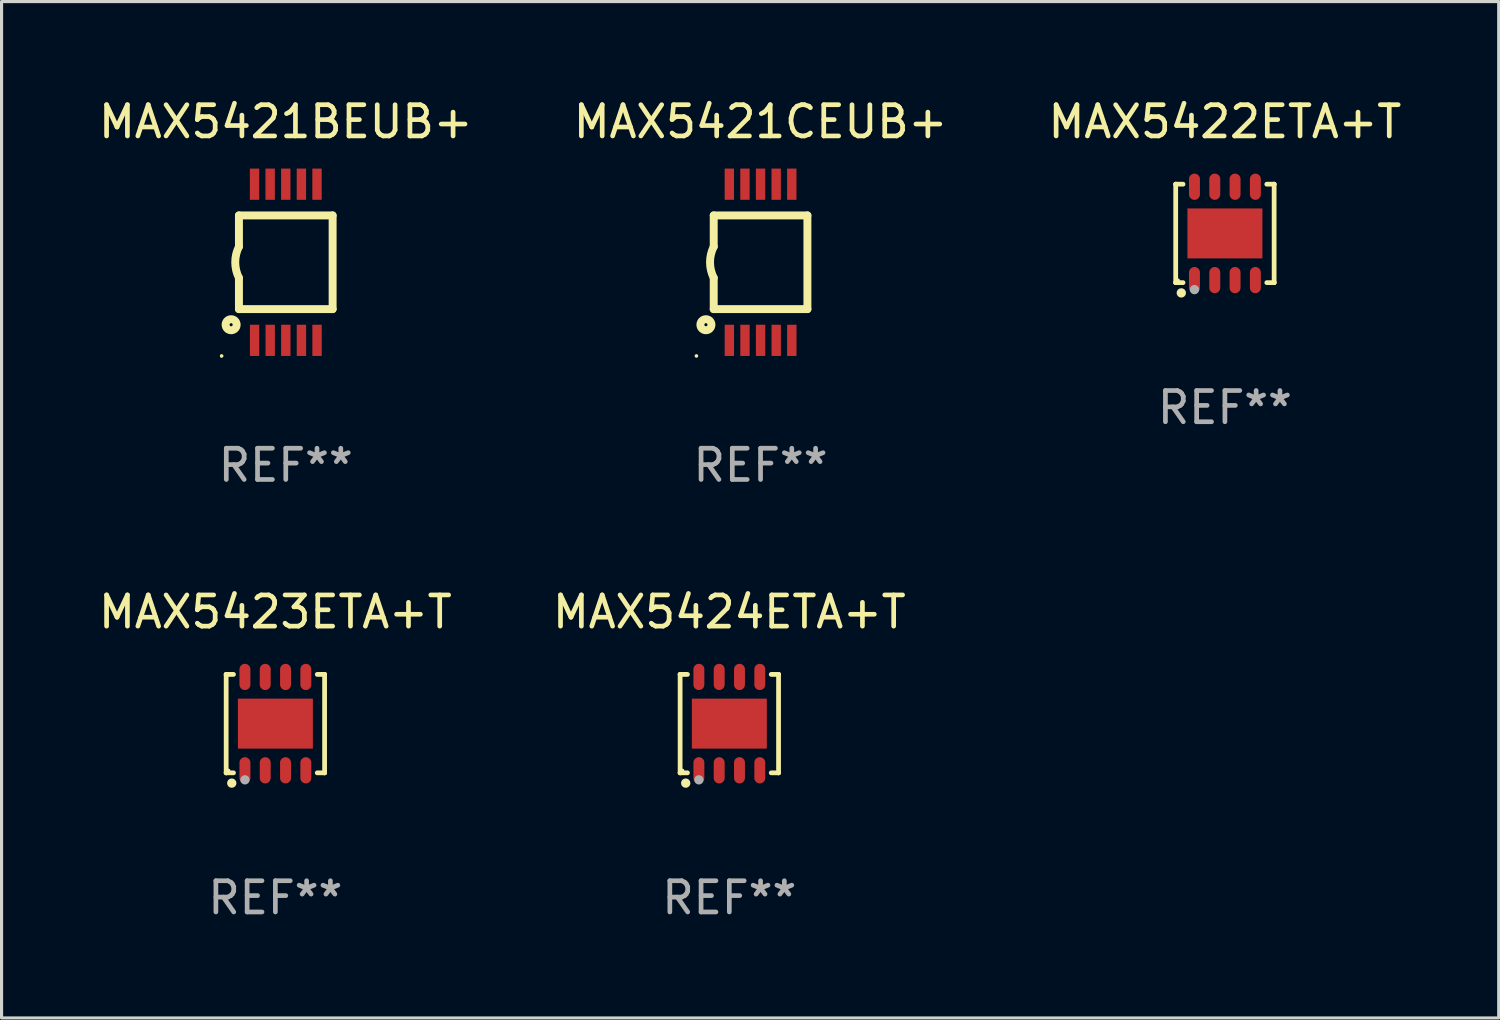
<source format=kicad_pcb>
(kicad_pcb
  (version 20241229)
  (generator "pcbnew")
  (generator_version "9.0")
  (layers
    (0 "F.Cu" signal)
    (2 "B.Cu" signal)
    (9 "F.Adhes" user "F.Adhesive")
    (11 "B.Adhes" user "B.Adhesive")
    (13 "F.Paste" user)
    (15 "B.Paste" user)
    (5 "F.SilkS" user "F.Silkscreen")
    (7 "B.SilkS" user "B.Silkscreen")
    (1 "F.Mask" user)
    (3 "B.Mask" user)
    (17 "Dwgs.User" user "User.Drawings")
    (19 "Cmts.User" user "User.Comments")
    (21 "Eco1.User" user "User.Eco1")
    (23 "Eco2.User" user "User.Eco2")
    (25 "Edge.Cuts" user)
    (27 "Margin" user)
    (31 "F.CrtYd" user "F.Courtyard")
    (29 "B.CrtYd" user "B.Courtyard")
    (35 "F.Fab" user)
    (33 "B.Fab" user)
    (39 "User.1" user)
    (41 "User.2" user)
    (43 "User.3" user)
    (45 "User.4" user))
  (footprint "MAX5421BEUB+"
    (layer "F.Cu")
    (at 6.101 5.348)
    (property "Reference" "MAX5421BEUB+" (at 0 -4.5 0) (layer "F.SilkS") (effects (font (size 1 1) (thickness 0.15))))
    (attr through_hole)
    (fp_line (start -1.5 -1.5) (end -1.5 -0.5) (stroke (width 0.254) (type solid)) (layer "F.SilkS"))
    (fp_line (start -1.5 1.5) (end -1.5 0.5) (stroke (width 0.254) (type solid)) (layer "F.SilkS"))
    (fp_line (start -1.5 1.5) (end 1.5 1.5) (stroke (width 0.254) (type solid)) (layer "F.SilkS"))
    (fp_line (start 1.5 1.5) (end 1.5 -1.5) (stroke (width 0.254) (type solid)) (layer "F.SilkS"))
    (fp_line (start 1.5 -1.5) (end -1.5 -1.5) (stroke (width 0.254) (type solid)) (layer "F.SilkS"))
    (fp_arc (start -1.500165 0.499873) (mid -1.618199 -0.000127) (end -1.500165 -0.500127) (stroke (width 0.254001) (type solid)) (layer "F.SilkS"))
    (fp_circle (center -2.054 3) (end -2.024 3) (stroke (width 0.06) (type solid)) (fill no) (layer "F.SilkS"))
    (fp_circle (center -1.75 2) (end -1.573 2) (stroke (width 0.254) (type solid)) (fill no) (layer "F.SilkS"))
    (fp_text user "REF**" (at 0 6.5 0) (layer "F.Fab") (effects (font (size 1 1) (thickness 0.15))))
    (pad "1" smd rect (at -0.999 2.5 180) (size 0.3 1) (layers "F.Cu" "F.Mask" "F.Paste"))
    (pad "2" smd rect (at -0.499 2.5 180) (size 0.3 1) (layers "F.Cu" "F.Mask" "F.Paste"))
    (pad "3" smd rect (at 0.001 2.5 180) (size 0.3 1) (layers "F.Cu" "F.Mask" "F.Paste"))
    (pad "4" smd rect (at 0.501 2.5 180) (size 0.3 1) (layers "F.Cu" "F.Mask" "F.Paste"))
    (pad "5" smd rect (at 1.001 2.5 180) (size 0.3 1) (layers "F.Cu" "F.Mask" "F.Paste"))
    (pad "6" smd rect (at 1 -2.5 180) (size 0.3 1) (layers "F.Cu" "F.Mask" "F.Paste"))
    (pad "7" smd rect (at 0.5 -2.5 180) (size 0.3 1) (layers "F.Cu" "F.Mask" "F.Paste"))
    (pad "8" smd rect (at -0.000165 -2.5 180) (size 0.3 1) (layers "F.Cu" "F.Mask" "F.Paste"))
    (pad "9" smd rect (at -0.5 -2.5 180) (size 0.3 1) (layers "F.Cu" "F.Mask" "F.Paste"))
    (pad "10" smd rect (at -1 -2.5 180) (size 0.3 1) (layers "F.Cu" "F.Mask" "F.Paste")))
  (footprint "MAX5421CEUB+"
    (layer "F.Cu")
    (at 21.304 5.348)
    (property "Reference" "MAX5421CEUB+" (at 0 -4.5 0) (layer "F.SilkS") (effects (font (size 1 1) (thickness 0.15))))
    (attr through_hole)
    (fp_line (start -1.5 -1.5) (end -1.5 -0.5) (stroke (width 0.254) (type solid)) (layer "F.SilkS"))
    (fp_line (start -1.5 1.5) (end -1.5 0.5) (stroke (width 0.254) (type solid)) (layer "F.SilkS"))
    (fp_line (start -1.5 1.5) (end 1.5 1.5) (stroke (width 0.254) (type solid)) (layer "F.SilkS"))
    (fp_line (start 1.5 1.5) (end 1.5 -1.5) (stroke (width 0.254) (type solid)) (layer "F.SilkS"))
    (fp_line (start 1.5 -1.5) (end -1.5 -1.5) (stroke (width 0.254) (type solid)) (layer "F.SilkS"))
    (fp_arc (start -1.500165 0.499873) (mid -1.618199 -0.000127) (end -1.500165 -0.500127) (stroke (width 0.254001) (type solid)) (layer "F.SilkS"))
    (fp_circle (center -2.054 3) (end -2.024 3) (stroke (width 0.06) (type solid)) (fill no) (layer "F.SilkS"))
    (fp_circle (center -1.75 2) (end -1.573 2) (stroke (width 0.254) (type solid)) (fill no) (layer "F.SilkS"))
    (fp_text user "REF**" (at 0 6.5 0) (layer "F.Fab") (effects (font (size 1 1) (thickness 0.15))))
    (pad "1" smd rect (at -0.999 2.5 180) (size 0.3 1) (layers "F.Cu" "F.Mask" "F.Paste"))
    (pad "2" smd rect (at -0.499 2.5 180) (size 0.3 1) (layers "F.Cu" "F.Mask" "F.Paste"))
    (pad "3" smd rect (at 0.001 2.5 180) (size 0.3 1) (layers "F.Cu" "F.Mask" "F.Paste"))
    (pad "4" smd rect (at 0.501 2.5 180) (size 0.3 1) (layers "F.Cu" "F.Mask" "F.Paste"))
    (pad "5" smd rect (at 1.001 2.5 180) (size 0.3 1) (layers "F.Cu" "F.Mask" "F.Paste"))
    (pad "6" smd rect (at 1 -2.5 180) (size 0.3 1) (layers "F.Cu" "F.Mask" "F.Paste"))
    (pad "7" smd rect (at 0.5 -2.5 180) (size 0.3 1) (layers "F.Cu" "F.Mask" "F.Paste"))
    (pad "8" smd rect (at -0.000165 -2.5 180) (size 0.3 1) (layers "F.Cu" "F.Mask" "F.Paste"))
    (pad "9" smd rect (at -0.5 -2.5 180) (size 0.3 1) (layers "F.Cu" "F.Mask" "F.Paste"))
    (pad "10" smd rect (at -1 -2.5 180) (size 0.3 1) (layers "F.Cu" "F.Mask" "F.Paste")))
  (footprint "MAX5424ETA+T"
    (layer "F.Cu")
    (at 20.304 20.121)
    (property "Reference" "MAX5424ETA+T" (at 0 -3.576 0) (layer "F.SilkS") (effects (font (size 1 1) (thickness 0.15))))
    (attr through_hole)
    (fp_line (start -1.576 -1.576) (end -1.576 -1.576) (stroke (width 0.152) (type solid)) (layer "F.SilkS"))
    (fp_line (start -1.576 -1.576) (end -1.341 -1.576) (stroke (width 0.152) (type solid)) (layer "F.SilkS"))
    (fp_line (start -1.576 1.576) (end -1.576 -1.576) (stroke (width 0.152) (type solid)) (layer "F.SilkS"))
    (fp_line (start -1.576 1.576) (end -1.576 1.576) (stroke (width 0.152) (type solid)) (layer "F.SilkS"))
    (fp_line (start -1.341 1.576) (end -1.576 1.576) (stroke (width 0.152) (type solid)) (layer "F.SilkS"))
    (fp_line (start 1.341 1.576) (end 1.576 1.576) (stroke (width 0.152) (type solid)) (layer "F.SilkS"))
    (fp_line (start 1.576 -1.576) (end 1.341 -1.576) (stroke (width 0.152) (type solid)) (layer "F.SilkS"))
    (fp_line (start 1.576 -1.576) (end 1.576 -1.576) (stroke (width 0.152) (type solid)) (layer "F.SilkS"))
    (fp_line (start 1.576 1.576) (end 1.576 -1.576) (stroke (width 0.152) (type solid)) (layer "F.SilkS"))
    (fp_line (start 1.576 1.576) (end 1.576 1.576) (stroke (width 0.152) (type solid)) (layer "F.SilkS"))
    (fp_circle (center -1.5 1.5) (end -1.47 1.5) (stroke (width 0.06) (type solid)) (fill no) (layer "F.SilkS"))
    (fp_circle (center -1.397 1.905) (end -1.322 1.905) (stroke (width 0.15) (type solid)) (fill no) (layer "F.SilkS"))
    (fp_circle (center -0.975 1.8) (end -0.9 1.8) (stroke (width 0.15) (type solid)) (fill no) (layer "F.Fab"))
    (fp_text user "REF**" (at 0 5.576 0) (layer "F.Fab") (effects (font (size 1 1) (thickness 0.15))))
    (pad "1" smd oval (at -0.975 1.495) (size 0.35 0.84) (layers "F.Cu" "F.Mask" "F.Paste"))
    (pad "2" smd oval (at -0.325 1.495) (size 0.35 0.84) (layers "F.Cu" "F.Mask" "F.Paste"))
    (pad "3" smd oval (at 0.325 1.495) (size 0.35 0.84) (layers "F.Cu" "F.Mask" "F.Paste"))
    (pad "4" smd oval (at 0.975 1.495) (size 0.35 0.84) (layers "F.Cu" "F.Mask" "F.Paste"))
    (pad "5" smd oval (at 0.975 -1.495) (size 0.35 0.84) (layers "F.Cu" "F.Mask" "F.Paste"))
    (pad "6" smd oval (at 0.325 -1.495) (size 0.35 0.84) (layers "F.Cu" "F.Mask" "F.Paste"))
    (pad "7" smd oval (at -0.325 -1.495) (size 0.35 0.84) (layers "F.Cu" "F.Mask" "F.Paste"))
    (pad "8" smd oval (at -0.975 -1.495) (size 0.35 0.84) (layers "F.Cu" "F.Mask" "F.Paste"))
    (pad "9" smd rect (at 0 0) (size 2.4 1.6) (layers "F.Cu" "F.Mask" "F.Paste")))
  (footprint "MAX5423ETA+T"
    (layer "F.Cu")
    (at 5.768 20.121)
    (property "Reference" "MAX5423ETA+T" (at 0 -3.576 0) (layer "F.SilkS") (effects (font (size 1 1) (thickness 0.15))))
    (attr through_hole)
    (fp_line (start -1.576 -1.576) (end -1.576 -1.576) (stroke (width 0.152) (type solid)) (layer "F.SilkS"))
    (fp_line (start -1.576 -1.576) (end -1.341 -1.576) (stroke (width 0.152) (type solid)) (layer "F.SilkS"))
    (fp_line (start -1.576 1.576) (end -1.576 -1.576) (stroke (width 0.152) (type solid)) (layer "F.SilkS"))
    (fp_line (start -1.576 1.576) (end -1.576 1.576) (stroke (width 0.152) (type solid)) (layer "F.SilkS"))
    (fp_line (start -1.341 1.576) (end -1.576 1.576) (stroke (width 0.152) (type solid)) (layer "F.SilkS"))
    (fp_line (start 1.341 1.576) (end 1.576 1.576) (stroke (width 0.152) (type solid)) (layer "F.SilkS"))
    (fp_line (start 1.576 -1.576) (end 1.341 -1.576) (stroke (width 0.152) (type solid)) (layer "F.SilkS"))
    (fp_line (start 1.576 -1.576) (end 1.576 -1.576) (stroke (width 0.152) (type solid)) (layer "F.SilkS"))
    (fp_line (start 1.576 1.576) (end 1.576 -1.576) (stroke (width 0.152) (type solid)) (layer "F.SilkS"))
    (fp_line (start 1.576 1.576) (end 1.576 1.576) (stroke (width 0.152) (type solid)) (layer "F.SilkS"))
    (fp_circle (center -1.5 1.5) (end -1.47 1.5) (stroke (width 0.06) (type solid)) (fill no) (layer "F.SilkS"))
    (fp_circle (center -1.397 1.905) (end -1.322 1.905) (stroke (width 0.15) (type solid)) (fill no) (layer "F.SilkS"))
    (fp_circle (center -0.975 1.8) (end -0.9 1.8) (stroke (width 0.15) (type solid)) (fill no) (layer "F.Fab"))
    (fp_text user "REF**" (at 0 5.576 0) (layer "F.Fab") (effects (font (size 1 1) (thickness 0.15))))
    (pad "1" smd oval (at -0.975 1.495) (size 0.35 0.84) (layers "F.Cu" "F.Mask" "F.Paste"))
    (pad "2" smd oval (at -0.325 1.495) (size 0.35 0.84) (layers "F.Cu" "F.Mask" "F.Paste"))
    (pad "3" smd oval (at 0.325 1.495) (size 0.35 0.84) (layers "F.Cu" "F.Mask" "F.Paste"))
    (pad "4" smd oval (at 0.975 1.495) (size 0.35 0.84) (layers "F.Cu" "F.Mask" "F.Paste"))
    (pad "5" smd oval (at 0.975 -1.495) (size 0.35 0.84) (layers "F.Cu" "F.Mask" "F.Paste"))
    (pad "6" smd oval (at 0.325 -1.495) (size 0.35 0.84) (layers "F.Cu" "F.Mask" "F.Paste"))
    (pad "7" smd oval (at -0.325 -1.495) (size 0.35 0.84) (layers "F.Cu" "F.Mask" "F.Paste"))
    (pad "8" smd oval (at -0.975 -1.495) (size 0.35 0.84) (layers "F.Cu" "F.Mask" "F.Paste"))
    (pad "9" smd rect (at 0 0) (size 2.4 1.6) (layers "F.Cu" "F.Mask" "F.Paste")))
  (footprint "MAX5422ETA+T"
    (layer "F.Cu")
    (at 36.173 4.424)
    (property "Reference" "MAX5422ETA+T" (at 0 -3.576 0) (layer "F.SilkS") (effects (font (size 1 1) (thickness 0.15))))
    (attr through_hole)
    (fp_line (start -1.576 -1.576) (end -1.576 -1.576) (stroke (width 0.152) (type solid)) (layer "F.SilkS"))
    (fp_line (start -1.576 -1.576) (end -1.341 -1.576) (stroke (width 0.152) (type solid)) (layer "F.SilkS"))
    (fp_line (start -1.576 1.576) (end -1.576 -1.576) (stroke (width 0.152) (type solid)) (layer "F.SilkS"))
    (fp_line (start -1.576 1.576) (end -1.576 1.576) (stroke (width 0.152) (type solid)) (layer "F.SilkS"))
    (fp_line (start -1.341 1.576) (end -1.576 1.576) (stroke (width 0.152) (type solid)) (layer "F.SilkS"))
    (fp_line (start 1.341 1.576) (end 1.576 1.576) (stroke (width 0.152) (type solid)) (layer "F.SilkS"))
    (fp_line (start 1.576 -1.576) (end 1.341 -1.576) (stroke (width 0.152) (type solid)) (layer "F.SilkS"))
    (fp_line (start 1.576 -1.576) (end 1.576 -1.576) (stroke (width 0.152) (type solid)) (layer "F.SilkS"))
    (fp_line (start 1.576 1.576) (end 1.576 -1.576) (stroke (width 0.152) (type solid)) (layer "F.SilkS"))
    (fp_line (start 1.576 1.576) (end 1.576 1.576) (stroke (width 0.152) (type solid)) (layer "F.SilkS"))
    (fp_circle (center -1.5 1.5) (end -1.47 1.5) (stroke (width 0.06) (type solid)) (fill no) (layer "F.SilkS"))
    (fp_circle (center -1.397 1.905) (end -1.322 1.905) (stroke (width 0.15) (type solid)) (fill no) (layer "F.SilkS"))
    (fp_circle (center -0.975 1.8) (end -0.9 1.8) (stroke (width 0.15) (type solid)) (fill no) (layer "F.Fab"))
    (fp_text user "REF**" (at 0 5.576 0) (layer "F.Fab") (effects (font (size 1 1) (thickness 0.15))))
    (pad "1" smd oval (at -0.975 1.495) (size 0.35 0.84) (layers "F.Cu" "F.Mask" "F.Paste"))
    (pad "2" smd oval (at -0.325 1.495) (size 0.35 0.84) (layers "F.Cu" "F.Mask" "F.Paste"))
    (pad "3" smd oval (at 0.325 1.495) (size 0.35 0.84) (layers "F.Cu" "F.Mask" "F.Paste"))
    (pad "4" smd oval (at 0.975 1.495) (size 0.35 0.84) (layers "F.Cu" "F.Mask" "F.Paste"))
    (pad "5" smd oval (at 0.975 -1.495) (size 0.35 0.84) (layers "F.Cu" "F.Mask" "F.Paste"))
    (pad "6" smd oval (at 0.325 -1.495) (size 0.35 0.84) (layers "F.Cu" "F.Mask" "F.Paste"))
    (pad "7" smd oval (at -0.325 -1.495) (size 0.35 0.84) (layers "F.Cu" "F.Mask" "F.Paste"))
    (pad "8" smd oval (at -0.975 -1.495) (size 0.35 0.84) (layers "F.Cu" "F.Mask" "F.Paste"))
    (pad "9" smd rect (at 0 0) (size 2.4 1.6) (layers "F.Cu" "F.Mask" "F.Paste")))
  (gr_rect
    (start -3 -3)
    (end 44.94 29.545)
    (stroke (width 0.1) (type default))
    (fill no)
    (layer "Edge.Cuts")))
</source>
